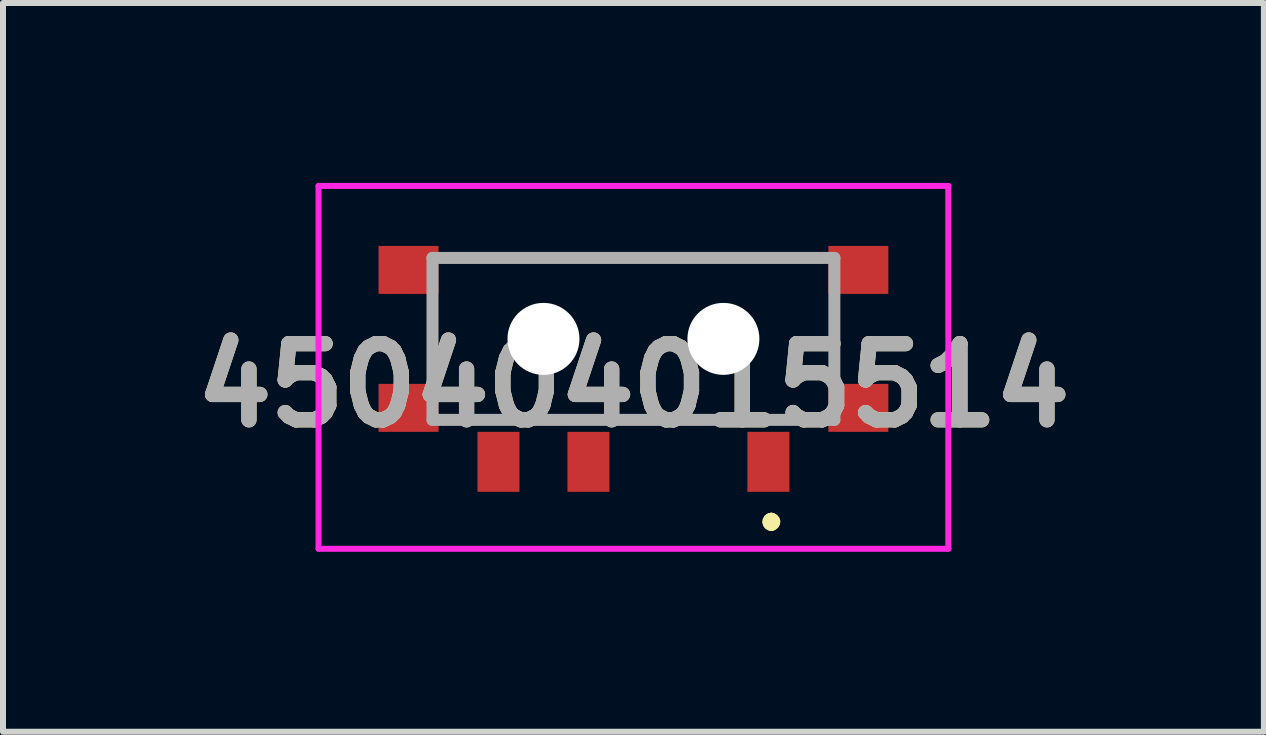
<source format=kicad_pcb>
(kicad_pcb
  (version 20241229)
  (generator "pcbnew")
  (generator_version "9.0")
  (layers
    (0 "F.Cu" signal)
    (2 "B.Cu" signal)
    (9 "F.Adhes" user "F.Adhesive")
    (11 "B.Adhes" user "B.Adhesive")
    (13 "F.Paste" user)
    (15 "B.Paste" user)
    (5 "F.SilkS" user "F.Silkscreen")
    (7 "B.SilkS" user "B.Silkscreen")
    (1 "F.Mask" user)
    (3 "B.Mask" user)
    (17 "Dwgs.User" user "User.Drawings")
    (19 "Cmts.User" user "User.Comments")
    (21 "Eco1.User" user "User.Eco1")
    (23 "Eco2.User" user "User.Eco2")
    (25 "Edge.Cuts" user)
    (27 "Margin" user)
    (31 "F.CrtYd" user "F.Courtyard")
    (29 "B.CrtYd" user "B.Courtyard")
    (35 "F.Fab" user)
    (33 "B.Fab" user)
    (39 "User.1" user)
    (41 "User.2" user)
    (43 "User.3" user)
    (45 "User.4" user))
  (footprint "450404015514"
    (layer "F.Cu")
    (at 7.511 2.6)
    (property "Reference" "450404015514" (at 0 0.775 0) (layer "F.SilkS") (effects (font (size 1.27 1.27) (thickness 0.254))))
    (attr through_hole)
    (fp_line (start -2.5 -1.35) (end -2.5 -1.35) (stroke (width 0.1) (type solid)) (layer "F.SilkS"))
    (fp_line (start -2.5 -1.35) (end 2.5 -1.35) (stroke (width 0.1) (type solid)) (layer "F.SilkS"))
    (fp_line (start 0.25 1.35) (end 0.25 1.35) (stroke (width 0.1) (type solid)) (layer "F.SilkS"))
    (fp_line (start 0.25 1.35) (end 1.25 1.35) (stroke (width 0.1) (type solid)) (layer "F.SilkS"))
    (fp_line (start 1.25 1.35) (end 0.25 1.35) (stroke (width 0.1) (type solid)) (layer "F.SilkS"))
    (fp_line (start 1.25 1.35) (end 1.25 1.35) (stroke (width 0.1) (type solid)) (layer "F.SilkS"))
    (fp_line (start 2.3 3) (end 2.3 3) (stroke (width 0.2) (type solid)) (layer "F.SilkS"))
    (fp_line (start 2.3 3) (end 2.3 3) (stroke (width 0.2) (type solid)) (layer "F.SilkS"))
    (fp_line (start 2.3 3.1) (end 2.3 3.1) (stroke (width 0.2) (type solid)) (layer "F.SilkS"))
    (fp_line (start 2.5 -1.35) (end -2.5 -1.35) (stroke (width 0.1) (type solid)) (layer "F.SilkS"))
    (fp_line (start 2.5 -1.35) (end 2.5 -1.35) (stroke (width 0.1) (type solid)) (layer "F.SilkS"))
    (fp_arc (start 2.3 3) (mid 2.35 3.05) (end 2.3 3.1) (stroke (width 0.2) (type solid)) (layer "F.SilkS"))
    (fp_arc (start 2.3 3.1) (mid 2.25 3.05) (end 2.3 3) (stroke (width 0.2) (type solid)) (layer "F.SilkS"))
    (fp_arc (start 2.3 3.1) (mid 2.25 3.05) (end 2.3 3) (stroke (width 0.2) (type solid)) (layer "F.SilkS"))
    (fp_line (start -5.25 -2.55) (end -5.25 3.5) (stroke (width 0.1) (type solid)) (layer "F.CrtYd"))
    (fp_line (start -5.25 -2.55) (end 5.25 -2.55) (stroke (width 0.1) (type solid)) (layer "F.CrtYd"))
    (fp_line (start -5.25 3.5) (end 5.25 3.5) (stroke (width 0.1) (type solid)) (layer "F.CrtYd"))
    (fp_line (start 5.25 3.5) (end 5.25 -2.55) (stroke (width 0.1) (type solid)) (layer "F.CrtYd"))
    (fp_line (start -3.35 -1.35) (end -3.35 1.35) (stroke (width 0.2) (type solid)) (layer "F.Fab"))
    (fp_line (start -3.35 1.35) (end 3.35 1.35) (stroke (width 0.2) (type solid)) (layer "F.Fab"))
    (fp_line (start 3.35 -1.35) (end -3.35 -1.35) (stroke (width 0.2) (type solid)) (layer "F.Fab"))
    (fp_line (start 3.35 1.35) (end 3.35 -1.35) (stroke (width 0.2) (type solid)) (layer "F.Fab"))
    (fp_text user "${REFERENCE}" (at 0 0.775 0) (layer "F.Fab") (effects (font (size 1.27 1.27) (thickness 0.254))))
    (pad "" np_thru_hole circle (at -1.5 0) (size 1.2 1.2) (drill 1.2) (layers "*.Cu" "*.Mask"))
    (pad "" np_thru_hole circle (at 1.5 0) (size 1.2 1.2) (drill 1.2) (layers "*.Cu" "*.Mask"))
    (pad "1" smd rect (at 2.25 2.05) (size 0.7 1) (layers "F.Cu" "F.Mask" "F.Paste"))
    (pad "2" smd rect (at -0.75 2.05) (size 0.7 1) (layers "F.Cu" "F.Mask" "F.Paste"))
    (pad "3" smd rect (at -2.25 2.05) (size 0.7 1) (layers "F.Cu" "F.Mask" "F.Paste"))
    (pad "MP1" smd rect (at 3.75 1.15 90) (size 0.8 1) (layers "F.Cu" "F.Mask" "F.Paste"))
    (pad "MP2" smd rect (at -3.75 1.15 90) (size 0.8 1) (layers "F.Cu" "F.Mask" "F.Paste"))
    (pad "MP3" smd rect (at -3.75 -1.15 90) (size 0.8 1) (layers "F.Cu" "F.Mask" "F.Paste"))
    (pad "MP4" smd rect (at 3.75 -1.15 90) (size 0.8 1) (layers "F.Cu" "F.Mask" "F.Paste")))
  (gr_rect
    (start -3 -3)
    (end 18.022 9.15)
    (stroke (width 0.1) (type default))
    (fill no)
    (layer "Edge.Cuts")))
</source>
